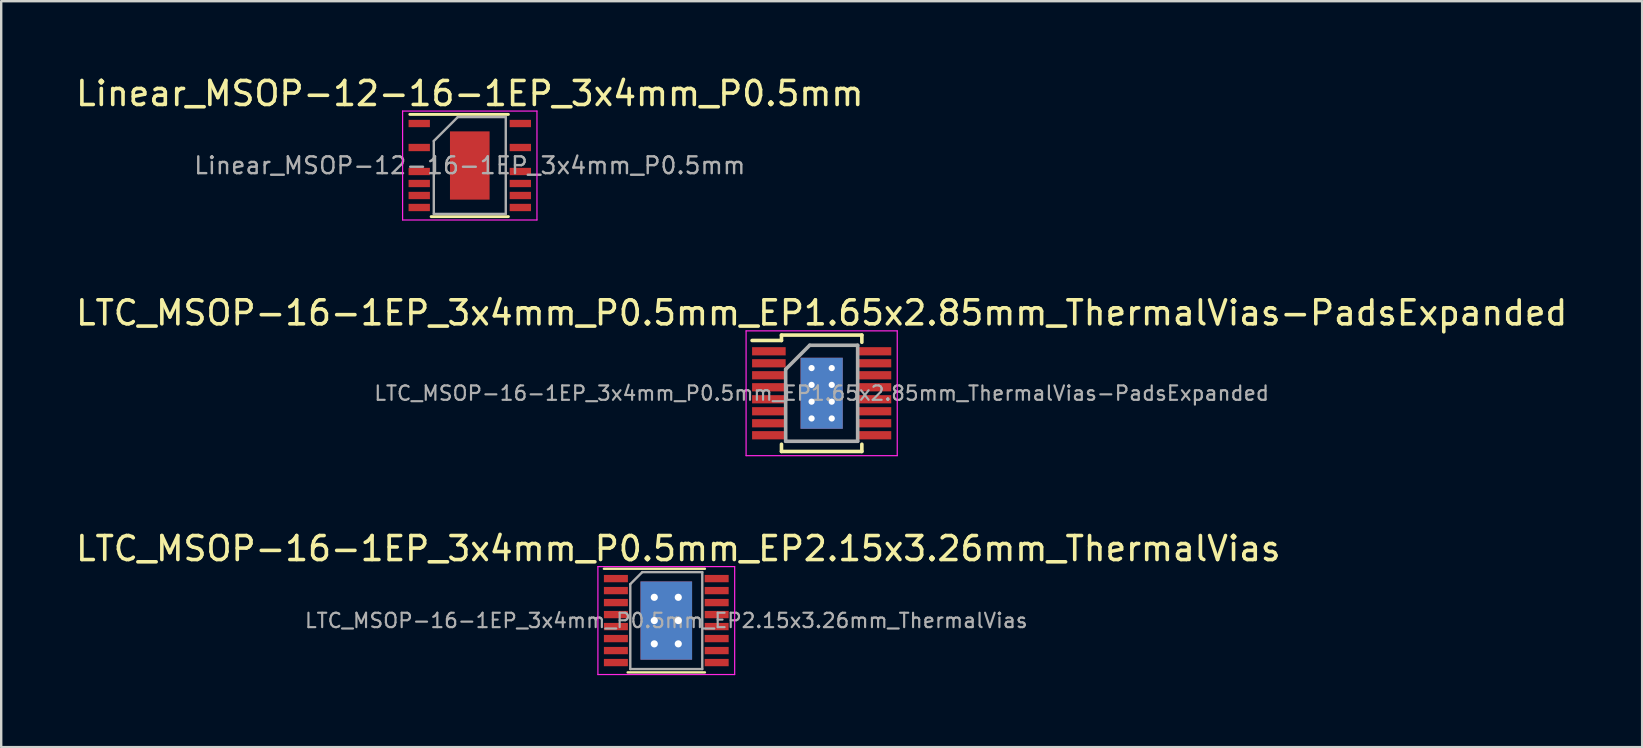
<source format=kicad_pcb>
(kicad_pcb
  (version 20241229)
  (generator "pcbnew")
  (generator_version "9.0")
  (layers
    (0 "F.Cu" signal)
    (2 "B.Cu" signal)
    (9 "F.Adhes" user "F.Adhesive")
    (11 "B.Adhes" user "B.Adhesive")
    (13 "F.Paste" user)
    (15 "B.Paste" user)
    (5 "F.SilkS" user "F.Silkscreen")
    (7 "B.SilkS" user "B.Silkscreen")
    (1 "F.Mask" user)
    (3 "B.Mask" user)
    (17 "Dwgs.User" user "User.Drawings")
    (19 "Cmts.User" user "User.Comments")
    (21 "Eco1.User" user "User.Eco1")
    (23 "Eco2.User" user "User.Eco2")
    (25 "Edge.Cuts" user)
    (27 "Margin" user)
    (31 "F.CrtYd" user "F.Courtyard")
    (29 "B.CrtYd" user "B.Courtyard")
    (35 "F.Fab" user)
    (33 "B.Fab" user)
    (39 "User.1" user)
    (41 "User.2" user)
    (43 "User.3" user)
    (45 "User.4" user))
  (footprint "Linear_MSOP-12-16-1EP_3x4mm_P0.5mm"
    (layer "F.Cu")
    (at 16.53 3.848)
    (property "Reference" "Linear_MSOP-12-16-1EP_3x4mm_P0.5mm" (at 0 -3 0) (layer "F.SilkS") (effects (font (size 1 1) (thickness 0.15))))
    (attr smd)
    (fp_line (start -2.5 -2.13) (end 1.61 -2.13) (stroke (width 0.12) (type solid)) (layer "F.SilkS"))
    (fp_line (start -1.61 2.13) (end 1.61 2.13) (stroke (width 0.12) (type solid)) (layer "F.SilkS"))
    (fp_line (start -2.8 -2.27) (end -2.8 2.27) (stroke (width 0.05) (type solid)) (layer "F.CrtYd"))
    (fp_line (start -2.8 -2.27) (end 2.8 -2.27) (stroke (width 0.05) (type solid)) (layer "F.CrtYd"))
    (fp_line (start -2.8 2.27) (end 2.8 2.27) (stroke (width 0.05) (type solid)) (layer "F.CrtYd"))
    (fp_line (start 2.8 -2.27) (end 2.8 2.27) (stroke (width 0.05) (type solid)) (layer "F.CrtYd"))
    (fp_line (start -1.5 -1.02) (end -0.5 -2.019) (stroke (width 0.1) (type solid)) (layer "F.Fab"))
    (fp_line (start -1.5 2.019) (end -1.5 -1.02) (stroke (width 0.1) (type solid)) (layer "F.Fab"))
    (fp_line (start -0.5 -2.019) (end 1.5 -2.019) (stroke (width 0.1) (type solid)) (layer "F.Fab"))
    (fp_line (start 1.5 -2.019) (end 1.5 2.019) (stroke (width 0.1) (type solid)) (layer "F.Fab"))
    (fp_line (start 1.5 2.019) (end -1.5 2.019) (stroke (width 0.1) (type solid)) (layer "F.Fab"))
    (fp_text user "${REFERENCE}" (at 0 0 0) (layer "F.Fab") (effects (font (size 0.7 0.7) (thickness 0.1))))
    (pad "" smd rect (at 0 -0.711) (size 1.4 1.2) (layers "F.Paste"))
    (pad "" smd rect (at 0 0.711) (size 1.4 1.2) (layers "F.Paste"))
    (pad "1" smd rect (at -2.107 -1.75) (size 0.889 0.305) (layers "F.Cu" "F.Mask" "F.Paste"))
    (pad "3" smd rect (at -2.107 -0.75) (size 0.889 0.305) (layers "F.Cu" "F.Mask" "F.Paste"))
    (pad "5" smd rect (at -2.107 0.25) (size 0.889 0.305) (layers "F.Cu" "F.Mask" "F.Paste"))
    (pad "6" smd rect (at -2.107 0.75) (size 0.889 0.305) (layers "F.Cu" "F.Mask" "F.Paste"))
    (pad "7" smd rect (at -2.107 1.25) (size 0.889 0.305) (layers "F.Cu" "F.Mask" "F.Paste"))
    (pad "8" smd rect (at -2.107 1.75) (size 0.889 0.305) (layers "F.Cu" "F.Mask" "F.Paste"))
    (pad "9" smd rect (at 2.107 1.75) (size 0.889 0.305) (layers "F.Cu" "F.Mask" "F.Paste"))
    (pad "10" smd rect (at 2.107 1.25) (size 0.889 0.305) (layers "F.Cu" "F.Mask" "F.Paste"))
    (pad "11" smd rect (at 2.107 0.75) (size 0.889 0.305) (layers "F.Cu" "F.Mask" "F.Paste"))
    (pad "12" smd rect (at 2.107 0.25) (size 0.889 0.305) (layers "F.Cu" "F.Mask" "F.Paste"))
    (pad "14" smd rect (at 2.107 -0.75) (size 0.889 0.305) (layers "F.Cu" "F.Mask" "F.Paste"))
    (pad "16" smd rect (at 2.107 -1.75) (size 0.889 0.305) (layers "F.Cu" "F.Mask" "F.Paste"))
    (pad "17" smd rect (at 0 0) (size 1.651 2.845) (layers "F.Cu" "F.Mask")))
  (footprint "LTC_MSOP-16-1EP_3x4mm_P0.5mm_EP2.15x3.26mm_ThermalVias"
    (layer "F.Cu")
    (at 24.72 22.815)
    (property "Reference" "LTC_MSOP-16-1EP_3x4mm_P0.5mm_EP2.15x3.26mm_ThermalVias" (at 0.5 -3 0) (layer "F.SilkS") (effects (font (size 1 1) (thickness 0.15))))
    (attr smd)
    (fp_line (start -2.6 -2.16) (end 1.61 -2.16) (stroke (width 0.1) (type solid)) (layer "F.SilkS"))
    (fp_line (start -1.61 2.16) (end 1.61 2.16) (stroke (width 0.1) (type solid)) (layer "F.SilkS"))
    (fp_line (start -2.85 -2.25) (end -2.85 2.25) (stroke (width 0.05) (type solid)) (layer "F.CrtYd"))
    (fp_line (start -2.85 -2.25) (end 2.85 -2.25) (stroke (width 0.05) (type solid)) (layer "F.CrtYd"))
    (fp_line (start -2.85 2.25) (end 2.85 2.25) (stroke (width 0.05) (type solid)) (layer "F.CrtYd"))
    (fp_line (start 2.85 -2.25) (end 2.85 2.25) (stroke (width 0.05) (type solid)) (layer "F.CrtYd"))
    (fp_line (start -1.5 -1.52) (end -1.5 2.02) (stroke (width 0.1) (type solid)) (layer "F.Fab"))
    (fp_line (start -1.5 -1.52) (end -1 -2.02) (stroke (width 0.1) (type solid)) (layer "F.Fab"))
    (fp_line (start -1 -2.02) (end 1.5 -2.02) (stroke (width 0.1) (type solid)) (layer "F.Fab"))
    (fp_line (start 1.5 -2.02) (end 1.5 2.02) (stroke (width 0.1) (type solid)) (layer "F.Fab"))
    (fp_line (start 1.5 2.02) (end -1.5 2.02) (stroke (width 0.1) (type solid)) (layer "F.Fab"))
    (fp_text user "${REFERENCE}" (at 0 0 0) (layer "F.Fab") (effects (font (size 0.6 0.6) (thickness 0.09))))
    (pad "" smd rect (at -0.51 -1.32) (size 0.9 0.35) (layers "F.Paste"))
    (pad "" smd rect (at -0.51 -0.485) (size 0.9 0.63) (layers "F.Paste"))
    (pad "" smd rect (at -0.51 0.485) (size 0.9 0.63) (layers "F.Paste"))
    (pad "" smd rect (at -0.51 1.32) (size 0.9 0.35) (layers "F.Paste"))
    (pad "" smd rect (at 0.51 -1.32) (size 0.9 0.35) (layers "F.Paste"))
    (pad "" smd rect (at 0.51 -0.485) (size 0.9 0.63) (layers "F.Paste"))
    (pad "" smd rect (at 0.51 0.485) (size 0.9 0.63) (layers "F.Paste"))
    (pad "" smd rect (at 0.51 1.32) (size 0.9 0.35) (layers "F.Paste"))
    (pad "1" smd rect (at -2.1 -1.75) (size 1 0.305) (layers "F.Cu" "F.Mask" "F.Paste"))
    (pad "2" smd rect (at -2.1 -1.25) (size 1 0.305) (layers "F.Cu" "F.Mask" "F.Paste"))
    (pad "3" smd rect (at -2.1 -0.75) (size 1 0.305) (layers "F.Cu" "F.Mask" "F.Paste"))
    (pad "4" smd rect (at -2.1 -0.25) (size 1 0.305) (layers "F.Cu" "F.Mask" "F.Paste"))
    (pad "5" smd rect (at -2.1 0.25) (size 1 0.305) (layers "F.Cu" "F.Mask" "F.Paste"))
    (pad "6" smd rect (at -2.1 0.75) (size 1 0.305) (layers "F.Cu" "F.Mask" "F.Paste"))
    (pad "7" smd rect (at -2.1 1.25) (size 1 0.305) (layers "F.Cu" "F.Mask" "F.Paste"))
    (pad "8" smd rect (at -2.1 1.75) (size 1 0.305) (layers "F.Cu" "F.Mask" "F.Paste"))
    (pad "9" smd rect (at 2.1 1.75) (size 1 0.305) (layers "F.Cu" "F.Mask" "F.Paste"))
    (pad "10" smd rect (at 2.1 1.25) (size 1 0.305) (layers "F.Cu" "F.Mask" "F.Paste"))
    (pad "11" smd rect (at 2.1 0.75) (size 1 0.305) (layers "F.Cu" "F.Mask" "F.Paste"))
    (pad "12" smd rect (at 2.1 0.25) (size 1 0.305) (layers "F.Cu" "F.Mask" "F.Paste"))
    (pad "13" smd rect (at 2.1 -0.25) (size 1 0.305) (layers "F.Cu" "F.Mask" "F.Paste"))
    (pad "14" smd rect (at 2.1 -0.75) (size 1 0.305) (layers "F.Cu" "F.Mask" "F.Paste"))
    (pad "15" smd rect (at 2.1 -1.25) (size 1 0.305) (layers "F.Cu" "F.Mask" "F.Paste"))
    (pad "16" smd rect (at 2.1 -1.75) (size 1 0.305) (layers "F.Cu" "F.Mask" "F.Paste"))
    (pad "17" thru_hole circle (at -0.5 -0.97) (size 0.6 0.6) (drill 0.3) (layers "*.Cu"))
    (pad "17" thru_hole circle (at -0.5 0) (size 0.6 0.6) (drill 0.3) (layers "*.Cu"))
    (pad "17" thru_hole circle (at -0.5 0.97) (size 0.6 0.6) (drill 0.3) (layers "*.Cu"))
    (pad "17" smd rect (at 0 0) (size 2.15 3.26) (layers "F.Cu" "F.Mask"))
    (pad "17" smd rect (at 0 0) (size 2.15 3.26) (layers "B.Cu"))
    (pad "17" thru_hole circle (at 0.5 -0.97) (size 0.6 0.6) (drill 0.3) (layers "*.Cu"))
    (pad "17" thru_hole circle (at 0.5 0) (size 0.6 0.6) (drill 0.3) (layers "*.Cu"))
    (pad "17" thru_hole circle (at 0.5 0.97) (size 0.6 0.6) (drill 0.3) (layers "*.Cu")))
  (footprint "LTC_MSOP-16-1EP_3x4mm_P0.5mm_EP1.65x2.85mm_ThermalVias-PadsExpanded"
    (layer "F.Cu")
    (at 31.196 13.341)
    (property "Reference" "LTC_MSOP-16-1EP_3x4mm_P0.5mm_EP1.65x2.85mm_ThermalVias-PadsExpanded" (at 0 -3.35 0) (layer "F.SilkS") (effects (font (size 1 1) (thickness 0.15))))
    (attr smd)
    (fp_line (start -1.675 -2.425) (end -1.675 -2.2) (stroke (width 0.15) (type solid)) (layer "F.SilkS"))
    (fp_line (start -1.675 -2.425) (end 1.675 -2.425) (stroke (width 0.15) (type solid)) (layer "F.SilkS"))
    (fp_line (start -1.675 -2.2) (end -2.9 -2.2) (stroke (width 0.15) (type solid)) (layer "F.SilkS"))
    (fp_line (start -1.675 2.425) (end -1.675 2.125) (stroke (width 0.15) (type solid)) (layer "F.SilkS"))
    (fp_line (start -1.675 2.425) (end 1.675 2.425) (stroke (width 0.15) (type solid)) (layer "F.SilkS"))
    (fp_line (start 1.675 -2.425) (end 1.675 -2.125) (stroke (width 0.15) (type solid)) (layer "F.SilkS"))
    (fp_line (start 1.675 2.425) (end 1.675 2.125) (stroke (width 0.15) (type solid)) (layer "F.SilkS"))
    (fp_line (start -3.15 -2.6) (end -3.15 2.6) (stroke (width 0.05) (type solid)) (layer "F.CrtYd"))
    (fp_line (start -3.15 -2.6) (end 3.15 -2.6) (stroke (width 0.05) (type solid)) (layer "F.CrtYd"))
    (fp_line (start -3.15 2.6) (end 3.15 2.6) (stroke (width 0.05) (type solid)) (layer "F.CrtYd"))
    (fp_line (start 3.15 -2.6) (end 3.15 2.6) (stroke (width 0.05) (type solid)) (layer "F.CrtYd"))
    (fp_line (start -1.5 -1) (end -0.5 -2) (stroke (width 0.15) (type solid)) (layer "F.Fab"))
    (fp_line (start -1.5 2) (end -1.5 -1) (stroke (width 0.15) (type solid)) (layer "F.Fab"))
    (fp_line (start -0.5 -2) (end 1.5 -2) (stroke (width 0.15) (type solid)) (layer "F.Fab"))
    (fp_line (start 1.5 -2) (end 1.5 2) (stroke (width 0.15) (type solid)) (layer "F.Fab"))
    (fp_line (start 1.5 2) (end -1.5 2) (stroke (width 0.15) (type solid)) (layer "F.Fab"))
    (fp_text user "${REFERENCE}" (at 0 0 0) (layer "F.Fab") (effects (font (size 0.6 0.6) (thickness 0.09))))
    (pad "" smd rect (at -0.412 -0.95) (size 0.66 0.75) (layers "F.Paste"))
    (pad "" smd rect (at -0.412 0) (size 0.66 0.75) (layers "F.Paste"))
    (pad "" smd rect (at -0.412 0.95) (size 0.66 0.75) (layers "F.Paste"))
    (pad "" smd rect (at 0.412 -0.95) (size 0.66 0.75) (layers "F.Paste"))
    (pad "" smd rect (at 0.412 0) (size 0.66 0.75) (layers "F.Paste"))
    (pad "" smd rect (at 0.412 0.95) (size 0.66 0.75) (layers "F.Paste"))
    (pad "1" smd rect (at -2.2 -1.75) (size 1.4 0.343) (layers "F.Cu" "F.Mask" "F.Paste"))
    (pad "2" smd rect (at -2.2 -1.25) (size 1.4 0.343) (layers "F.Cu" "F.Mask" "F.Paste"))
    (pad "3" smd rect (at -2.2 -0.75) (size 1.4 0.343) (layers "F.Cu" "F.Mask" "F.Paste"))
    (pad "4" smd rect (at -2.2 -0.25) (size 1.4 0.343) (layers "F.Cu" "F.Mask" "F.Paste"))
    (pad "5" smd rect (at -2.2 0.25) (size 1.4 0.343) (layers "F.Cu" "F.Mask" "F.Paste"))
    (pad "6" smd rect (at -2.2 0.75) (size 1.4 0.343) (layers "F.Cu" "F.Mask" "F.Paste"))
    (pad "7" smd rect (at -2.2 1.25) (size 1.4 0.343) (layers "F.Cu" "F.Mask" "F.Paste"))
    (pad "8" smd rect (at -2.2 1.75) (size 1.4 0.343) (layers "F.Cu" "F.Mask" "F.Paste"))
    (pad "9" smd rect (at 2.2 1.75) (size 1.4 0.343) (layers "F.Cu" "F.Mask" "F.Paste"))
    (pad "10" smd rect (at 2.2 1.25) (size 1.4 0.343) (layers "F.Cu" "F.Mask" "F.Paste"))
    (pad "11" smd rect (at 2.2 0.75) (size 1.4 0.343) (layers "F.Cu" "F.Mask" "F.Paste"))
    (pad "12" smd rect (at 2.2 0.25) (size 1.4 0.343) (layers "F.Cu" "F.Mask" "F.Paste"))
    (pad "13" smd rect (at 2.2 -0.25) (size 1.4 0.343) (layers "F.Cu" "F.Mask" "F.Paste"))
    (pad "14" smd rect (at 2.2 -0.75) (size 1.4 0.343) (layers "F.Cu" "F.Mask" "F.Paste"))
    (pad "15" smd rect (at 2.2 -1.25) (size 1.4 0.343) (layers "F.Cu" "F.Mask" "F.Paste"))
    (pad "16" smd rect (at 2.2 -1.75) (size 1.4 0.343) (layers "F.Cu" "F.Mask" "F.Paste"))
    (pad "17" thru_hole circle (at -0.42 -1.05) (size 0.39 0.39) (drill 0.26) (layers "*.Cu"))
    (pad "17" thru_hole circle (at -0.42 -0.35) (size 0.39 0.39) (drill 0.26) (layers "*.Cu"))
    (pad "17" thru_hole circle (at -0.42 0.35) (size 0.39 0.39) (drill 0.26) (layers "*.Cu"))
    (pad "17" thru_hole circle (at -0.42 1.05) (size 0.39 0.39) (drill 0.26) (layers "*.Cu"))
    (pad "17" smd rect (at 0 0) (size 1.76 2.96) (layers "F.Cu" "F.Mask" "F.Paste"))
    (pad "17" smd rect (at 0 0) (size 1.76 2.96) (layers "B.Cu"))
    (pad "17" thru_hole circle (at 0.42 -1.05) (size 0.39 0.39) (drill 0.26) (layers "*.Cu"))
    (pad "17" thru_hole circle (at 0.42 -0.35) (size 0.39 0.39) (drill 0.26) (layers "*.Cu"))
    (pad "17" thru_hole circle (at 0.42 0.35) (size 0.39 0.39) (drill 0.26) (layers "*.Cu"))
    (pad "17" thru_hole circle (at 0.42 1.05) (size 0.39 0.39) (drill 0.26) (layers "*.Cu")))
  (gr_rect
    (start -3 -3)
    (end 65.393 28.09)
    (stroke (width 0.1) (type default))
    (fill no)
    (layer "Edge.Cuts")))
</source>
